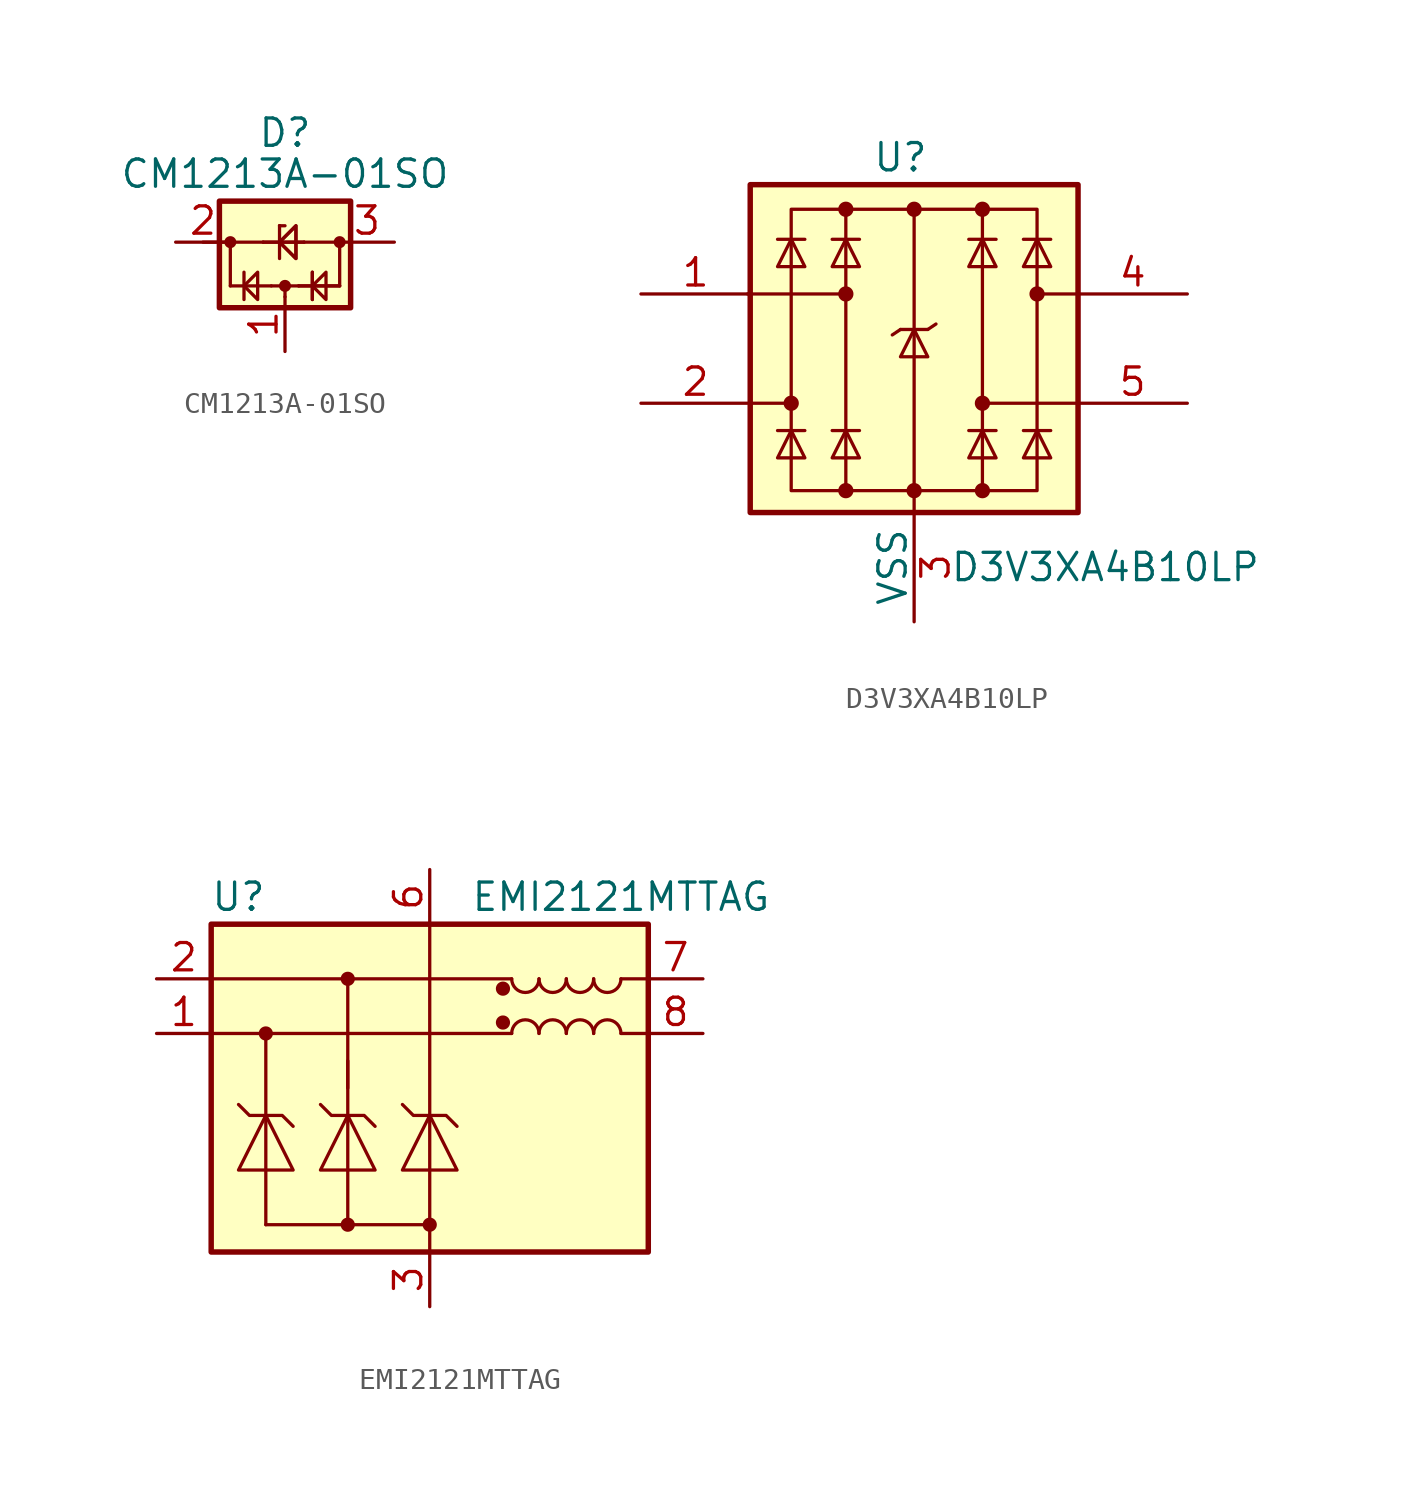
<source format=kicad_sym>
(kicad_symbol_lib
  (version 20211014)
  (generator kicad_symbol_editor)
  (symbol "CM1213A-01SO"
    (pin_names hide)
    (property "Reference" "D"
      (at 0 5.08 0)
      (effects (font (size 1.27 1.27))))
    (property "Value" "CM1213A-01SO"
      (at 0 3.175 0)
      (effects (font (size 1.27 1.27))))
    (symbol "CM1213A-01SO_0_1"
      (rectangle (start -3.048 -3.048) (end 3.048 1.905) (stroke (width 0.254) (type default) (color 0 0 0 0)) (fill (type background)))
      (circle (center -2.54 0) (radius 0.203) (stroke (width 0) (type default) (color 0 0 0 0)) (fill (type outline)))
      (circle (center 0 -2.032) (radius 0.203) (stroke (width 0) (type default) (color 0 0 0 0)) (fill (type outline)))
      (polyline (pts (xy -2.54 -2.032) (xy -2.54 0)) (stroke (width 0) (type default) (color 0 0 0 0)) (fill (type none)))
      (polyline (pts (xy -1.905 -2.667) (xy -1.905 -1.397)) (stroke (width 0) (type default) (color 0 0 0 0)) (fill (type none)))
      (polyline (pts (xy -1.016 0) (xy -3.81 0)) (stroke (width 0) (type default) (color 0 0 0 0)) (fill (type none)))
      (polyline (pts (xy -0.635 -2.032) (xy -2.54 -2.032)) (stroke (width 0) (type default) (color 0 0 0 0)) (fill (type none)))
      (polyline (pts (xy -0.635 -2.032) (xy 0.635 -2.032)) (stroke (width 0) (type default) (color 0 0 0 0)) (fill (type none)))
      (polyline (pts (xy -0.254 -0.762) (xy -0.254 0.762)) (stroke (width 0) (type default) (color 0 0 0 0)) (fill (type none)))
      (polyline (pts (xy -0.254 0.762) (xy -0.254 0.762)) (stroke (width 0) (type default) (color 0 0 0 0)) (fill (type none)))
      (polyline (pts (xy 0 -2.54) (xy 0 -2.032)) (stroke (width 0) (type default) (color 0 0 0 0)) (fill (type none)))
      (polyline (pts (xy 0 0.762) (xy -0.254 0.762)) (stroke (width 0) (type default) (color 0 0 0 0)) (fill (type none)))
      (polyline (pts (xy 0.889 0) (xy -1.016 0)) (stroke (width 0) (type default) (color 0 0 0 0)) (fill (type none)))
      (polyline (pts (xy 0.889 0) (xy -1.016 0)) (stroke (width 0) (type default) (color 0 0 0 0)) (fill (type none)))
      (polyline (pts (xy 0.889 0) (xy 2.54 0)) (stroke (width 0) (type default) (color 0 0 0 0)) (fill (type none)))
      (polyline (pts (xy 1.27 -2.667) (xy 1.27 -1.397)) (stroke (width 0) (type default) (color 0 0 0 0)) (fill (type none)))
      (polyline (pts (xy 1.27 -2.667) (xy 1.27 -1.397)) (stroke (width 0) (type default) (color 0 0 0 0)) (fill (type none)))
      (polyline (pts (xy 2.54 -2.032) (xy 0.635 -2.032)) (stroke (width 0) (type default) (color 0 0 0 0)) (fill (type none)))
      (polyline (pts (xy 2.54 -2.032) (xy 0.635 -2.032)) (stroke (width 0) (type default) (color 0 0 0 0)) (fill (type none)))
      (polyline (pts (xy 2.54 -2.032) (xy 2.54 0)) (stroke (width 0) (type default) (color 0 0 0 0)) (fill (type none)))
      (polyline (pts (xy -1.27 -2.667) (xy -1.27 -1.397) (xy -1.905 -2.032) (xy -1.27 -2.667)) (stroke (width 0) (type default) (color 0 0 0 0)) (fill (type none)))
      (polyline (pts (xy 0.508 -0.762) (xy 0.508 0.762) (xy -0.254 0) (xy 0.508 -0.762)) (stroke (width 0) (type default) (color 0 0 0 0)) (fill (type none)))
      (polyline (pts (xy 0.508 -0.762) (xy 0.508 0.762) (xy -0.254 0) (xy 0.508 -0.762)) (stroke (width 0) (type default) (color 0 0 0 0)) (fill (type none)))
      (polyline (pts (xy 1.905 -2.667) (xy 1.905 -1.397) (xy 1.27 -2.032) (xy 1.905 -2.667)) (stroke (width 0) (type default) (color 0 0 0 0)) (fill (type none)))
      (circle (center 2.54 0) (radius 0.203) (stroke (width 0) (type default) (color 0 0 0 0)) (fill (type outline))))
    (symbol "CM1213A-01SO_1_1"
      (pin passive line (at 0 -5.08 90) (length 2.54) (name "CH1" (effects (font (size 1.27 1.27)))) (number "1" (effects (font (size 1.27 1.27)))))
      (pin passive line (at -5.08 0 0) (length 2.54) (name "VP" (effects (font (size 1.27 1.27)))) (number "2" (effects (font (size 1.27 1.27)))))
      (pin passive line (at 5.08 0 180) (length 2.54) (name "VN" (effects (font (size 1.27 1.27)))) (number "3" (effects (font (size 1.27 1.27)))))))
  (symbol "D3V3XA4B10LP"
    (pin_names
      (offset 0))
    (property "Reference" "U"
      (at -0.635 8.89 0)
      (effects (font (size 1.27 1.27))))
    (property "Value" "D3V3XA4B10LP"
      (at 8.89 -10.16 0)
      (effects (font (size 1.27 1.27))))
    (symbol "D3V3XA4B10LP_0_0"
      (rectangle (start -5.715 6.477) (end 5.715 -6.604) (stroke (width 0) (type default) (color 0 0 0 0)) (fill (type none)))
      (polyline (pts (xy -3.175 -6.604) (xy -3.175 6.477)) (stroke (width 0) (type default) (color 0 0 0 0)) (fill (type none)))
      (polyline (pts (xy 0 6.477) (xy 0 -6.604)) (stroke (width 0) (type default) (color 0 0 0 0)) (fill (type none)))
      (polyline (pts (xy 3.175 6.477) (xy 3.175 -6.604)) (stroke (width 0) (type default) (color 0 0 0 0)) (fill (type none))))
    (symbol "D3V3XA4B10LP_0_1"
      (rectangle (start -7.62 7.62) (end 7.62 -7.62) (stroke (width 0.254) (type default) (color 0 0 0 0)) (fill (type background)))
      (circle (center -5.715 -2.54) (radius 0.279) (stroke (width 0) (type default) (color 0 0 0 0)) (fill (type outline)))
      (circle (center -3.175 -6.604) (radius 0.279) (stroke (width 0) (type default) (color 0 0 0 0)) (fill (type outline)))
      (circle (center -3.175 2.54) (radius 0.279) (stroke (width 0) (type default) (color 0 0 0 0)) (fill (type outline)))
      (circle (center -3.175 6.477) (radius 0.279) (stroke (width 0) (type default) (color 0 0 0 0)) (fill (type outline)))
      (circle (center 0 -6.604) (radius 0.279) (stroke (width 0) (type default) (color 0 0 0 0)) (fill (type outline)))
      (polyline (pts (xy -7.747 2.54) (xy -3.175 2.54)) (stroke (width 0) (type default) (color 0 0 0 0)) (fill (type none)))
      (polyline (pts (xy -7.62 -2.54) (xy -5.715 -2.54)) (stroke (width 0) (type default) (color 0 0 0 0)) (fill (type none)))
      (polyline (pts (xy -5.08 -3.81) (xy -6.35 -3.81)) (stroke (width 0) (type default) (color 0 0 0 0)) (fill (type none)))
      (polyline (pts (xy -5.08 5.08) (xy -6.35 5.08)) (stroke (width 0) (type default) (color 0 0 0 0)) (fill (type none)))
      (polyline (pts (xy -2.54 -3.81) (xy -3.81 -3.81)) (stroke (width 0) (type default) (color 0 0 0 0)) (fill (type none)))
      (polyline (pts (xy -2.54 5.08) (xy -3.81 5.08)) (stroke (width 0) (type default) (color 0 0 0 0)) (fill (type none)))
      (polyline (pts (xy -0.635 0.889) (xy -1.016 0.635)) (stroke (width 0) (type default) (color 0 0 0 0)) (fill (type none)))
      (polyline (pts (xy 0 -6.604) (xy 0 -7.62)) (stroke (width 0) (type default) (color 0 0 0 0)) (fill (type none)))
      (polyline (pts (xy 0.635 0.889) (xy -0.635 0.889)) (stroke (width 0) (type default) (color 0 0 0 0)) (fill (type none)))
      (polyline (pts (xy 0.635 0.889) (xy 1.016 1.143)) (stroke (width 0) (type default) (color 0 0 0 0)) (fill (type none)))
      (polyline (pts (xy 3.81 -3.81) (xy 2.54 -3.81)) (stroke (width 0) (type default) (color 0 0 0 0)) (fill (type none)))
      (polyline (pts (xy 3.81 5.08) (xy 2.54 5.08)) (stroke (width 0) (type default) (color 0 0 0 0)) (fill (type none)))
      (polyline (pts (xy 6.35 -3.81) (xy 5.08 -3.81)) (stroke (width 0) (type default) (color 0 0 0 0)) (fill (type none)))
      (polyline (pts (xy 6.35 5.08) (xy 5.08 5.08)) (stroke (width 0) (type default) (color 0 0 0 0)) (fill (type none)))
      (polyline (pts (xy 7.62 -2.54) (xy 3.175 -2.54)) (stroke (width 0) (type default) (color 0 0 0 0)) (fill (type none)))
      (polyline (pts (xy 7.62 2.54) (xy 5.715 2.54)) (stroke (width 0) (type default) (color 0 0 0 0)) (fill (type none)))
      (polyline (pts (xy -5.08 -5.08) (xy -6.35 -5.08) (xy -5.715 -3.81) (xy -5.08 -5.08)) (stroke (width 0) (type default) (color 0 0 0 0)) (fill (type none)))
      (polyline (pts (xy -5.08 3.81) (xy -6.35 3.81) (xy -5.715 5.08) (xy -5.08 3.81)) (stroke (width 0) (type default) (color 0 0 0 0)) (fill (type none)))
      (polyline (pts (xy -2.54 -5.08) (xy -3.81 -5.08) (xy -3.175 -3.81) (xy -2.54 -5.08)) (stroke (width 0) (type default) (color 0 0 0 0)) (fill (type none)))
      (polyline (pts (xy -2.54 3.81) (xy -3.81 3.81) (xy -3.175 5.08) (xy -2.54 3.81)) (stroke (width 0) (type default) (color 0 0 0 0)) (fill (type none)))
      (polyline (pts (xy 0.635 -0.381) (xy -0.635 -0.381) (xy 0 0.889) (xy 0.635 -0.381)) (stroke (width 0) (type default) (color 0 0 0 0)) (fill (type none)))
      (polyline (pts (xy 3.81 -5.08) (xy 2.54 -5.08) (xy 3.175 -3.81) (xy 3.81 -5.08)) (stroke (width 0) (type default) (color 0 0 0 0)) (fill (type none)))
      (polyline (pts (xy 3.81 3.81) (xy 2.54 3.81) (xy 3.175 5.08) (xy 3.81 3.81)) (stroke (width 0) (type default) (color 0 0 0 0)) (fill (type none)))
      (polyline (pts (xy 6.35 -5.08) (xy 5.08 -5.08) (xy 5.715 -3.81) (xy 6.35 -5.08)) (stroke (width 0) (type default) (color 0 0 0 0)) (fill (type none)))
      (polyline (pts (xy 6.35 3.81) (xy 5.08 3.81) (xy 5.715 5.08) (xy 6.35 3.81)) (stroke (width 0) (type default) (color 0 0 0 0)) (fill (type none)))
      (circle (center 0 6.477) (radius 0.279) (stroke (width 0) (type default) (color 0 0 0 0)) (fill (type outline)))
      (circle (center 3.175 -6.604) (radius 0.279) (stroke (width 0) (type default) (color 0 0 0 0)) (fill (type outline)))
      (circle (center 3.175 -2.54) (radius 0.279) (stroke (width 0) (type default) (color 0 0 0 0)) (fill (type outline)))
      (circle (center 3.175 6.477) (radius 0.279) (stroke (width 0) (type default) (color 0 0 0 0)) (fill (type outline)))
      (circle (center 5.715 2.54) (radius 0.279) (stroke (width 0) (type default) (color 0 0 0 0)) (fill (type outline))))
    (symbol "D3V3XA4B10LP_1_1"
      (pin passive line (at -12.7 2.54 0) (length 5.08) (name "~" (effects (font (size 1.27 1.27)))) (number "1" (effects (font (size 1.27 1.27)))))
      (pin no_connect line (at -5.08 7.62 0) (length 5.08) hide (name "NC" (effects (font (size 1.27 1.27)))) (number "10" (effects (font (size 1.27 1.27)))))
      (pin passive line (at -12.7 -2.54 0) (length 5.08) (name "~" (effects (font (size 1.27 1.27)))) (number "2" (effects (font (size 1.27 1.27)))))
      (pin power_in line (at 0 -12.7 90) (length 5.08) (name "VSS" (effects (font (size 1.27 1.27)))) (number "3" (effects (font (size 1.27 1.27)))))
      (pin passive line (at 12.7 2.54 180) (length 5.08) (name "~" (effects (font (size 1.27 1.27)))) (number "4" (effects (font (size 1.27 1.27)))))
      (pin passive line (at 12.7 -2.54 180) (length 5.08) (name "~" (effects (font (size 1.27 1.27)))) (number "5" (effects (font (size 1.27 1.27)))))
      (pin no_connect line (at 5.08 -7.62 180) (length 5.08) hide (name "NC" (effects (font (size 1.27 1.27)))) (number "6" (effects (font (size 1.27 1.27)))))
      (pin no_connect line (at 5.08 7.62 180) (length 5.08) hide (name "NC" (effects (font (size 1.27 1.27)))) (number "7" (effects (font (size 1.27 1.27)))))
      (pin passive line (at 0 -12.7 90) (length 5.08) hide (name "VSS" (effects (font (size 1.27 1.27)))) (number "8" (effects (font (size 1.27 1.27)))))
      (pin no_connect line (at -5.08 -7.62 0) (length 5.08) hide (name "NC" (effects (font (size 1.27 1.27)))) (number "9" (effects (font (size 1.27 1.27)))))))
  (symbol "EMI2121MTTAG"
    (pin_names
      (offset 0.025) hide)
    (property "Reference" "U"
      (at -8.89 8.89 0)
      (effects (font (size 1.27 1.27))))
    (property "Value" "EMI2121MTTAG"
      (at 8.89 8.89 0)
      (effects (font (size 1.27 1.27))))
    (symbol "EMI2121MTTAG_0_1"
      (rectangle (start -10.16 7.62) (end 10.16 -7.62) (stroke (width 0.254) (type default) (color 0 0 0 0)) (fill (type background)))
      (polyline (pts (xy -10.16 2.54) (xy 3.81 2.54)) (stroke (width 0) (type default) (color 0 0 0 0)) (fill (type none)))
      (polyline (pts (xy -10.16 5.08) (xy 3.81 5.08)) (stroke (width 0) (type default) (color 0 0 0 0)) (fill (type none)))
      (polyline (pts (xy -7.62 -6.35) (xy 0 -6.35)) (stroke (width 0) (type default) (color 0 0 0 0)) (fill (type none)))
      (polyline (pts (xy -3.81 0) (xy -3.81 5.08)) (stroke (width 0) (type default) (color 0 0 0 0)) (fill (type none)))
      (polyline (pts (xy 0 -6.35) (xy 0 -7.62)) (stroke (width 0) (type default) (color 0 0 0 0)) (fill (type none)))
      (polyline (pts (xy 8.89 2.54) (xy 10.16 2.54)) (stroke (width 0) (type default) (color 0 0 0 0)) (fill (type none)))
      (polyline (pts (xy 8.89 5.08) (xy 10.16 5.08)) (stroke (width 0) (type default) (color 0 0 0 0)) (fill (type none)))
      (polyline (pts (xy 0 7.62) (xy 0 1.27) (xy 0 -1.27)) (stroke (width 0) (type default) (color 0 0 0 0)) (fill (type none)))
      (arc (start 3.81 5.08) (mid 4.445 4.445) (end 5.08 5.08) (stroke (width 0) (type default) (color 0 0 0 0)) (fill (type none)))
      (arc (start 5.08 5.08) (mid 5.715 4.445) (end 6.35 5.08) (stroke (width 0) (type default) (color 0 0 0 0)) (fill (type none)))
      (arc (start 6.35 5.08) (mid 6.985 4.445) (end 7.62 5.08) (stroke (width 0) (type default) (color 0 0 0 0)) (fill (type none)))
      (arc (start 7.62 5.08) (mid 8.255 4.445) (end 8.89 5.08) (stroke (width 0) (type default) (color 0 0 0 0)) (fill (type none))))
    (symbol "EMI2121MTTAG_1_1"
      (circle (center -7.62 2.54) (radius 0.254) (stroke (width 0) (type default) (color 0 0 0 0)) (fill (type outline)))
      (circle (center -3.81 -6.35) (radius 0.254) (stroke (width 0) (type default) (color 0 0 0 0)) (fill (type outline)))
      (circle (center -3.81 5.08) (radius 0.254) (stroke (width 0) (type default) (color 0 0 0 0)) (fill (type outline)))
      (circle (center 0 -6.35) (radius 0.254) (stroke (width 0) (type default) (color 0 0 0 0)) (fill (type outline)))
      (polyline (pts (xy -7.62 -6.35) (xy -7.62 -1.27)) (stroke (width 0) (type default) (color 0 0 0 0)) (fill (type none)))
      (polyline (pts (xy -7.62 -1.27) (xy -7.62 2.54)) (stroke (width 0) (type default) (color 0 0 0 0)) (fill (type none)))
      (polyline (pts (xy -3.81 -6.35) (xy -3.81 -1.27)) (stroke (width 0) (type default) (color 0 0 0 0)) (fill (type none)))
      (polyline (pts (xy -3.81 -1.27) (xy -3.81 1.27)) (stroke (width 0) (type default) (color 0 0 0 0)) (fill (type none)))
      (polyline (pts (xy 0 -6.35) (xy 0 -1.27)) (stroke (width 0) (type default) (color 0 0 0 0)) (fill (type none)))
      (polyline (pts (xy -8.89 -3.81) (xy -6.35 -3.81) (xy -7.62 -1.27) (xy -8.89 -3.81)) (stroke (width 0) (type default) (color 0 0 0 0)) (fill (type none)))
      (polyline (pts (xy -6.35 -1.778) (xy -6.858 -1.27) (xy -8.382 -1.27) (xy -8.89 -0.762)) (stroke (width 0) (type default) (color 0 0 0 0)) (fill (type none)))
      (polyline (pts (xy -5.08 -3.81) (xy -2.54 -3.81) (xy -3.81 -1.27) (xy -5.08 -3.81)) (stroke (width 0) (type default) (color 0 0 0 0)) (fill (type none)))
      (polyline (pts (xy -2.54 -1.778) (xy -3.048 -1.27) (xy -4.572 -1.27) (xy -5.08 -0.762)) (stroke (width 0) (type default) (color 0 0 0 0)) (fill (type none)))
      (polyline (pts (xy -1.27 -3.81) (xy 1.27 -3.81) (xy 0 -1.27) (xy -1.27 -3.81)) (stroke (width 0) (type default) (color 0 0 0 0)) (fill (type none)))
      (polyline (pts (xy 1.27 -1.778) (xy 0.762 -1.27) (xy -0.762 -1.27) (xy -1.27 -0.762)) (stroke (width 0) (type default) (color 0 0 0 0)) (fill (type none)))
      (circle (center 3.404 3.048) (radius 0.254) (stroke (width 0) (type default) (color 0 0 0 0)) (fill (type outline)))
      (circle (center 3.404 4.623) (radius 0.254) (stroke (width 0) (type default) (color 0 0 0 0)) (fill (type outline)))
      (arc (start 5.08 2.54) (mid 4.445 3.175) (end 3.81 2.54) (stroke (width 0) (type default) (color 0 0 0 0)) (fill (type none)))
      (arc (start 6.35 2.54) (mid 5.715 3.175) (end 5.08 2.54) (stroke (width 0) (type default) (color 0 0 0 0)) (fill (type none)))
      (arc (start 7.62 2.54) (mid 6.985 3.175) (end 6.35 2.54) (stroke (width 0) (type default) (color 0 0 0 0)) (fill (type none)))
      (arc (start 8.89 2.54) (mid 8.255 3.175) (end 7.62 2.54) (stroke (width 0) (type default) (color 0 0 0 0)) (fill (type none)))
      (pin passive line (at -12.7 2.54 0) (length 2.54) (name "In_1+" (effects (font (size 1.27 1.27)))) (number "1" (effects (font (size 1.27 1.27)))))
      (pin passive line (at -12.7 5.08 0) (length 2.54) (name "In_1-" (effects (font (size 1.27 1.27)))) (number "2" (effects (font (size 1.27 1.27)))))
      (pin power_in line (at 0 -10.16 90) (length 2.54) (name "GND" (effects (font (size 1.27 1.27)))) (number "3" (effects (font (size 1.27 1.27)))))
      (pin passive line (at 0 -10.16 90) (length 2.54) hide (name "GND" (effects (font (size 1.27 1.27)))) (number "4" (effects (font (size 1.27 1.27)))))
      (pin passive line (at 0 -10.16 90) (length 2.54) hide (name "GND" (effects (font (size 1.27 1.27)))) (number "5" (effects (font (size 1.27 1.27)))))
      (pin power_in line (at 0 10.16 270) (length 2.54) (name "VDD" (effects (font (size 1.27 1.27)))) (number "6" (effects (font (size 1.27 1.27)))))
      (pin passive line (at 12.7 5.08 180) (length 2.54) (name "Out_1-" (effects (font (size 1.27 1.27)))) (number "7" (effects (font (size 1.27 1.27)))))
      (pin passive line (at 12.7 2.54 180) (length 2.54) (name "Out_1+" (effects (font (size 1.27 1.27)))) (number "8" (effects (font (size 1.27 1.27)))))
      (pin passive line (at 0 -10.16 90) (length 2.54) hide (name "GND" (effects (font (size 1.27 1.27)))) (number "9" (effects (font (size 1.27 1.27))))))))
</source>
